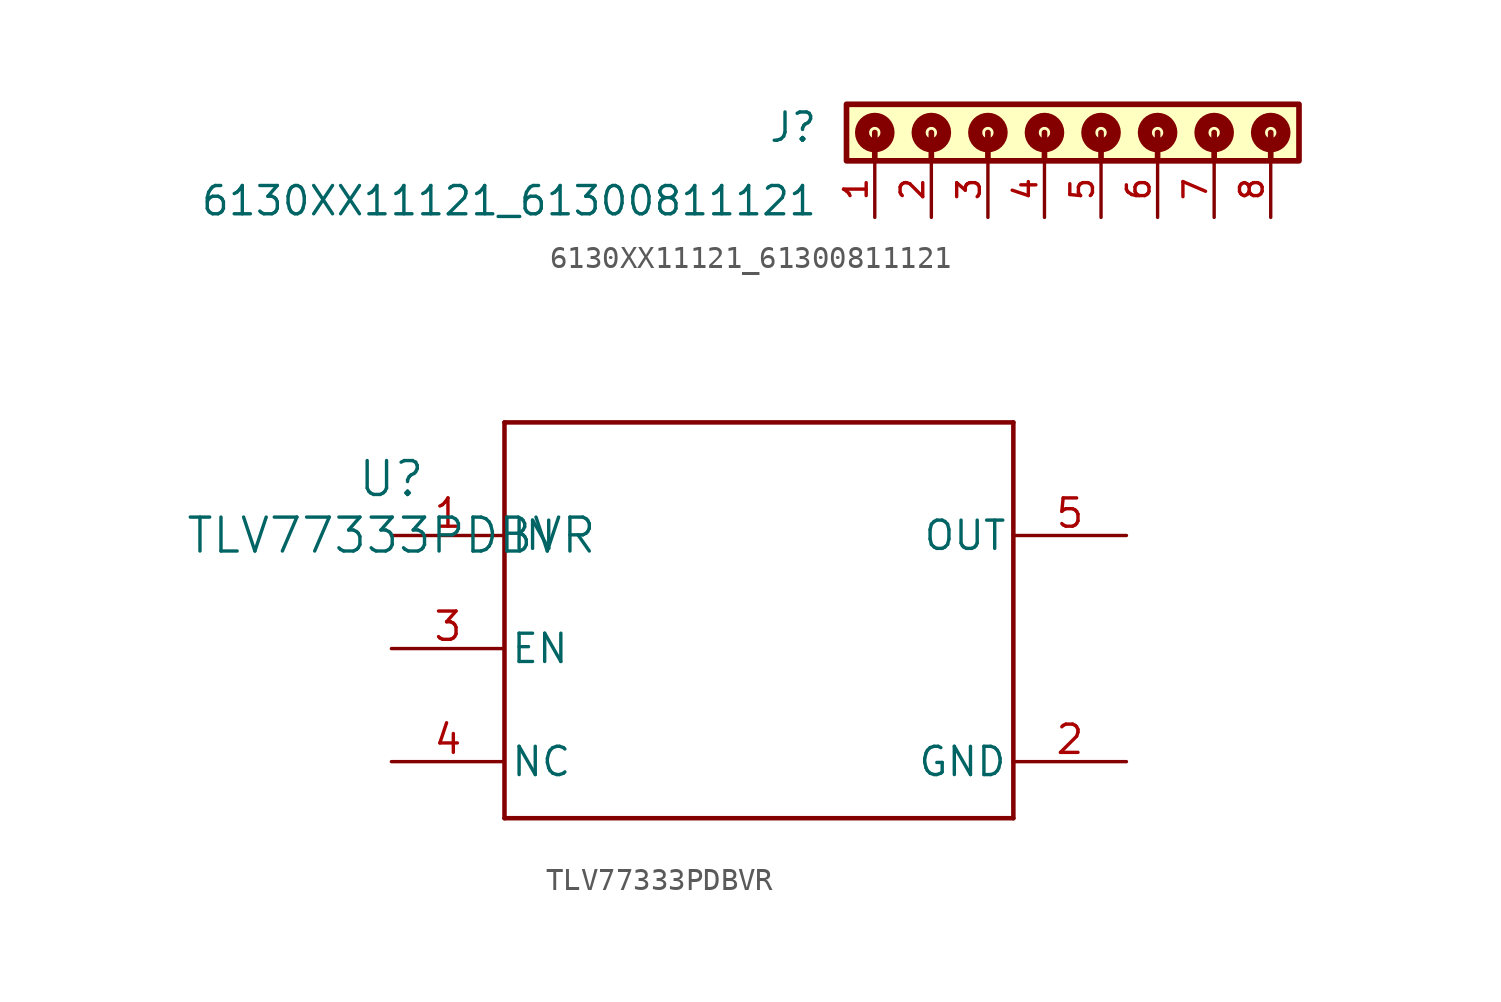
<source format=kicad_sym>
(kicad_symbol_lib
  (version 20241209)
  (generator "kicad_symbol_editor")
  (generator_version "9.0")
  (symbol "6130XX11121_61300811121"
    (pin_names
      (offset 1.016))
    (property "Reference" "J"
      (at -10.16 -1.778 0)
      (effects (font (size 1.27 1.27)) (justify right bottom)))
    (property "Value" "6130XX11121_61300811121"
      (at -10.16 -5.08 0)
      (effects (font (size 1.27 1.27)) (justify right bottom)))
    (symbol "6130XX11121_61300811121_0_0"
      (rectangle (start -8.89 -2.54) (end 11.43 0) (stroke (width 0.254) (type default)) (fill (type background)))
      (circle (center -7.62 -1.27) (radius 0.254) (stroke (width 0.635) (type default)) (fill (type none)))
      (polyline (pts (xy -7.62 -1.27) (xy -7.62 -2.54)) (stroke (width 0.254) (type default)) (fill (type none)))
      (circle (center -5.08 -1.27) (radius 0.254) (stroke (width 0.635) (type default)) (fill (type none)))
      (polyline (pts (xy -5.08 -1.27) (xy -5.08 -2.54)) (stroke (width 0.254) (type default)) (fill (type none)))
      (circle (center -2.54 -1.27) (radius 0.254) (stroke (width 0.635) (type default)) (fill (type none)))
      (polyline (pts (xy -2.54 -1.27) (xy -2.54 -2.54)) (stroke (width 0.254) (type default)) (fill (type none)))
      (polyline (pts (xy 0 -1.27) (xy 0 -2.54)) (stroke (width 0.254) (type default)) (fill (type none)))
      (circle (center 0 -1.27) (radius 0.254) (stroke (width 0.635) (type default)) (fill (type none)))
      (polyline (pts (xy 2.54 -1.27) (xy 2.54 -2.54)) (stroke (width 0.254) (type default)) (fill (type none)))
      (circle (center 2.54 -1.27) (radius 0.254) (stroke (width 0.635) (type default)) (fill (type none)))
      (polyline (pts (xy 5.08 -1.27) (xy 5.08 -2.54)) (stroke (width 0.254) (type default)) (fill (type none)))
      (circle (center 5.08 -1.27) (radius 0.254) (stroke (width 0.635) (type default)) (fill (type none)))
      (polyline (pts (xy 7.62 -1.27) (xy 7.62 -2.54)) (stroke (width 0.254) (type default)) (fill (type none)))
      (circle (center 7.62 -1.27) (radius 0.254) (stroke (width 0.635) (type default)) (fill (type none)))
      (polyline (pts (xy 10.16 -1.27) (xy 10.16 -2.54)) (stroke (width 0.254) (type default)) (fill (type none)))
      (circle (center 10.16 -1.27) (radius 0.254) (stroke (width 0.635) (type default)) (fill (type none)))
      (pin passive line (at -7.62 -5.08 90) (length 2.54) (name "~" (effects (font (size 1.016 1.016)))) (number "1" (effects (font (size 1.016 1.016)))))
      (pin passive line (at -5.08 -5.08 90) (length 2.54) (name "~" (effects (font (size 1.016 1.016)))) (number "2" (effects (font (size 1.016 1.016)))))
      (pin passive line (at -2.54 -5.08 90) (length 2.54) (name "~" (effects (font (size 1.016 1.016)))) (number "3" (effects (font (size 1.016 1.016)))))
      (pin passive line (at 0 -5.08 90) (length 2.54) (name "~" (effects (font (size 1.016 1.016)))) (number "4" (effects (font (size 1.016 1.016)))))
      (pin passive line (at 2.54 -5.08 90) (length 2.54) (name "~" (effects (font (size 1.016 1.016)))) (number "5" (effects (font (size 1.016 1.016)))))
      (pin passive line (at 5.08 -5.08 90) (length 2.54) (name "~" (effects (font (size 1.016 1.016)))) (number "6" (effects (font (size 1.016 1.016)))))
      (pin passive line (at 7.62 -5.08 90) (length 2.54) (name "~" (effects (font (size 1.016 1.016)))) (number "7" (effects (font (size 1.016 1.016)))))
      (pin passive line (at 10.16 -5.08 90) (length 2.54) (name "~" (effects (font (size 1.016 1.016)))) (number "8" (effects (font (size 1.016 1.016)))))))
  (symbol "TLV77333PDBVR"
    (pin_names
      (offset 0.254))
    (property "Reference" "U"
      (at 0 2.54 0)
      (effects (font (size 1.524 1.524))))
    (property "Value" "TLV77333PDBVR"
      (at 0 0 0)
      (effects (font (size 1.524 1.524))))
    (property "ki_locked" ""
      (at 0 0 0)
      (effects (font (size 1.27 1.27))))
    (symbol "TLV77333PDBVR_0_1"
      (polyline (pts (xy 5.08 5.08) (xy 5.08 -12.7)) (stroke (width 0.203) (type default)) (fill (type none)))
      (polyline (pts (xy 5.08 -12.7) (xy 27.94 -12.7)) (stroke (width 0.203) (type default)) (fill (type none)))
      (polyline (pts (xy 27.94 5.08) (xy 5.08 5.08)) (stroke (width 0.203) (type default)) (fill (type none)))
      (polyline (pts (xy 27.94 -12.7) (xy 27.94 5.08)) (stroke (width 0.203) (type default)) (fill (type none)))
      (pin power_in line (at 0 0 0) (length 5.08) (name "IN" (effects (font (size 1.27 1.27)))) (number "1" (effects (font (size 1.27 1.27)))))
      (pin input line (at 0 -5.08 0) (length 5.08) (name "EN" (effects (font (size 1.27 1.27)))) (number "3" (effects (font (size 1.27 1.27)))))
      (pin unspecified line (at 0 -10.16 0) (length 5.08) (name "NC" (effects (font (size 1.27 1.27)))) (number "4" (effects (font (size 1.27 1.27)))))
      (pin unspecified line (at 33.02 0 180) (length 5.08) (name "OUT" (effects (font (size 1.27 1.27)))) (number "5" (effects (font (size 1.27 1.27)))))
      (pin power_in line (at 33.02 -10.16 180) (length 5.08) (name "GND" (effects (font (size 1.27 1.27)))) (number "2" (effects (font (size 1.27 1.27))))))))
</source>
